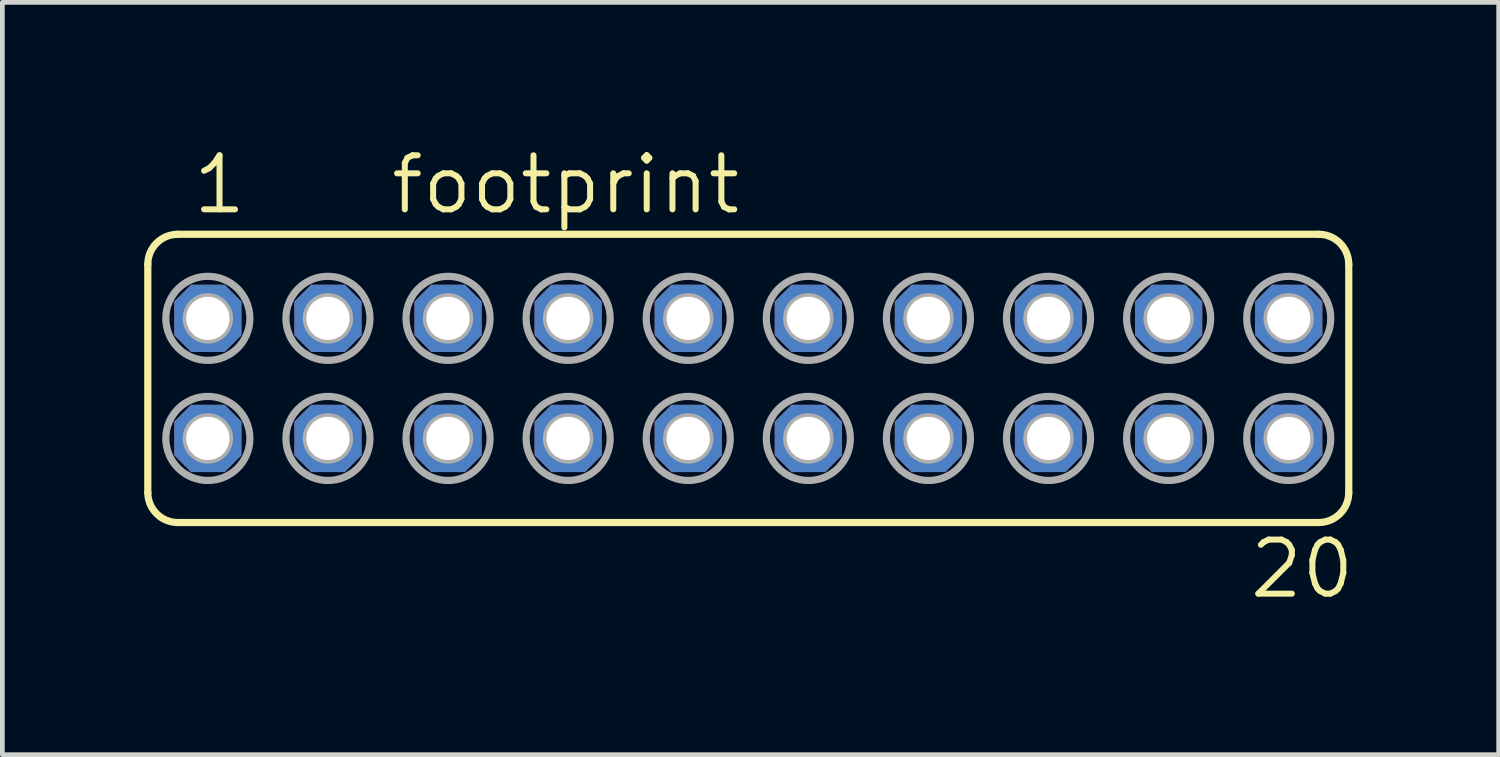
<source format=kicad_pcb>
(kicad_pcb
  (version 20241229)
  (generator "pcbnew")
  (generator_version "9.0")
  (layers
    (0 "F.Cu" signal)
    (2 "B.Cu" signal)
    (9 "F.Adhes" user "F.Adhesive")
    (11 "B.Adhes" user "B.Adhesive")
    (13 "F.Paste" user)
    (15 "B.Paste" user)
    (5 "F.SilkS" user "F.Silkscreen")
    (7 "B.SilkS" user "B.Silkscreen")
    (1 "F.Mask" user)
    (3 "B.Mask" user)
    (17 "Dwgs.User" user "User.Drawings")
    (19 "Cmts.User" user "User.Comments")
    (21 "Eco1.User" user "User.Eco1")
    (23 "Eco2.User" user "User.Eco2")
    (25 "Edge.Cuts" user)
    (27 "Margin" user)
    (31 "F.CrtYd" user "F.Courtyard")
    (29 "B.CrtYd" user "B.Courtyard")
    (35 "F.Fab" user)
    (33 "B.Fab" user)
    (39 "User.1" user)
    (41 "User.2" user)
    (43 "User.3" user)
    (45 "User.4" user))
  (footprint "footprint"
    (layer "F.Cu")
    (at 12.776 4.953)
    (property "Reference" "footprint" (at -7.62 -3.429 0) (layer "F.SilkS") (effects (font (size 1.143 1.143) (thickness 0.127)) (justify left bottom)))
    (fp_line (start -12.7 2.413) (end -12.7 -2.413) (stroke (width 0.152) (type solid)) (layer "F.SilkS"))
    (fp_line (start -12.065 -3.048) (end 12.065 -3.048) (stroke (width 0.152) (type solid)) (layer "F.SilkS"))
    (fp_line (start -12.065 3.048) (end 12.065 3.048) (stroke (width 0.152) (type solid)) (layer "F.SilkS"))
    (fp_line (start 12.7 2.413) (end 12.7 -2.413) (stroke (width 0.152) (type solid)) (layer "F.SilkS"))
    (fp_arc (start -12.7 -2.413) (mid -12.514013 -2.862013) (end -12.065 -3.048) (stroke (width 0.1524) (type solid)) (layer "F.SilkS"))
    (fp_arc (start -12.065 3.048) (mid -12.514013 2.862013) (end -12.7 2.413) (stroke (width 0.1524) (type solid)) (layer "F.SilkS"))
    (fp_arc (start 12.065 -3.048) (mid 12.514013 -2.862013) (end 12.7 -2.413) (stroke (width 0.1524) (type solid)) (layer "F.SilkS"))
    (fp_arc (start 12.7 2.413) (mid 12.514013 2.862013) (end 12.065 3.048) (stroke (width 0.1524) (type solid)) (layer "F.SilkS"))
    (fp_circle (center -11.43 -1.27) (end -11.303 -1.27) (stroke (width 0.406) (type solid)) (fill no) (layer "F.Fab"))
    (fp_circle (center -11.43 -1.27) (end -10.541 -1.27) (stroke (width 0.152) (type solid)) (fill no) (layer "F.Fab"))
    (fp_circle (center -11.43 1.27) (end -11.303 1.27) (stroke (width 0.406) (type solid)) (fill no) (layer "F.Fab"))
    (fp_circle (center -11.43 1.27) (end -10.541 1.27) (stroke (width 0.152) (type solid)) (fill no) (layer "F.Fab"))
    (fp_circle (center -8.89 -1.27) (end -8.763 -1.27) (stroke (width 0.406) (type solid)) (fill no) (layer "F.Fab"))
    (fp_circle (center -8.89 -1.27) (end -8.001 -1.27) (stroke (width 0.152) (type solid)) (fill no) (layer "F.Fab"))
    (fp_circle (center -8.89 1.27) (end -8.763 1.27) (stroke (width 0.406) (type solid)) (fill no) (layer "F.Fab"))
    (fp_circle (center -8.89 1.27) (end -8.001 1.27) (stroke (width 0.152) (type solid)) (fill no) (layer "F.Fab"))
    (fp_circle (center -6.35 -1.27) (end -6.223 -1.27) (stroke (width 0.406) (type solid)) (fill no) (layer "F.Fab"))
    (fp_circle (center -6.35 -1.27) (end -5.461 -1.27) (stroke (width 0.152) (type solid)) (fill no) (layer "F.Fab"))
    (fp_circle (center -6.35 1.27) (end -6.223 1.27) (stroke (width 0.406) (type solid)) (fill no) (layer "F.Fab"))
    (fp_circle (center -6.35 1.27) (end -5.461 1.27) (stroke (width 0.152) (type solid)) (fill no) (layer "F.Fab"))
    (fp_circle (center -3.81 -1.27) (end -3.683 -1.27) (stroke (width 0.406) (type solid)) (fill no) (layer "F.Fab"))
    (fp_circle (center -3.81 -1.27) (end -2.921 -1.27) (stroke (width 0.152) (type solid)) (fill no) (layer "F.Fab"))
    (fp_circle (center -3.81 1.27) (end -3.683 1.27) (stroke (width 0.406) (type solid)) (fill no) (layer "F.Fab"))
    (fp_circle (center -3.81 1.27) (end -2.921 1.27) (stroke (width 0.152) (type solid)) (fill no) (layer "F.Fab"))
    (fp_circle (center -1.27 -1.27) (end -1.143 -1.27) (stroke (width 0.406) (type solid)) (fill no) (layer "F.Fab"))
    (fp_circle (center -1.27 -1.27) (end -0.381 -1.27) (stroke (width 0.152) (type solid)) (fill no) (layer "F.Fab"))
    (fp_circle (center -1.27 1.27) (end -1.143 1.27) (stroke (width 0.406) (type solid)) (fill no) (layer "F.Fab"))
    (fp_circle (center -1.27 1.27) (end -0.381 1.27) (stroke (width 0.152) (type solid)) (fill no) (layer "F.Fab"))
    (fp_circle (center 1.27 -1.27) (end 1.397 -1.27) (stroke (width 0.406) (type solid)) (fill no) (layer "F.Fab"))
    (fp_circle (center 1.27 -1.27) (end 2.159 -1.27) (stroke (width 0.152) (type solid)) (fill no) (layer "F.Fab"))
    (fp_circle (center 1.27 1.27) (end 1.397 1.27) (stroke (width 0.406) (type solid)) (fill no) (layer "F.Fab"))
    (fp_circle (center 1.27 1.27) (end 2.159 1.27) (stroke (width 0.152) (type solid)) (fill no) (layer "F.Fab"))
    (fp_circle (center 3.81 -1.27) (end 3.937 -1.27) (stroke (width 0.406) (type solid)) (fill no) (layer "F.Fab"))
    (fp_circle (center 3.81 -1.27) (end 4.699 -1.27) (stroke (width 0.152) (type solid)) (fill no) (layer "F.Fab"))
    (fp_circle (center 3.81 1.27) (end 3.937 1.27) (stroke (width 0.406) (type solid)) (fill no) (layer "F.Fab"))
    (fp_circle (center 3.81 1.27) (end 4.699 1.27) (stroke (width 0.152) (type solid)) (fill no) (layer "F.Fab"))
    (fp_circle (center 6.35 -1.27) (end 6.477 -1.27) (stroke (width 0.406) (type solid)) (fill no) (layer "F.Fab"))
    (fp_circle (center 6.35 -1.27) (end 7.239 -1.27) (stroke (width 0.152) (type solid)) (fill no) (layer "F.Fab"))
    (fp_circle (center 6.35 1.27) (end 6.477 1.27) (stroke (width 0.406) (type solid)) (fill no) (layer "F.Fab"))
    (fp_circle (center 6.35 1.27) (end 7.239 1.27) (stroke (width 0.152) (type solid)) (fill no) (layer "F.Fab"))
    (fp_circle (center 8.89 -1.27) (end 9.017 -1.27) (stroke (width 0.406) (type solid)) (fill no) (layer "F.Fab"))
    (fp_circle (center 8.89 -1.27) (end 9.779 -1.27) (stroke (width 0.152) (type solid)) (fill no) (layer "F.Fab"))
    (fp_circle (center 8.89 1.27) (end 9.017 1.27) (stroke (width 0.406) (type solid)) (fill no) (layer "F.Fab"))
    (fp_circle (center 8.89 1.27) (end 9.779 1.27) (stroke (width 0.152) (type solid)) (fill no) (layer "F.Fab"))
    (fp_circle (center 11.43 -1.27) (end 11.557 -1.27) (stroke (width 0.406) (type solid)) (fill no) (layer "F.Fab"))
    (fp_circle (center 11.43 -1.27) (end 12.319 -1.27) (stroke (width 0.152) (type solid)) (fill no) (layer "F.Fab"))
    (fp_circle (center 11.43 1.27) (end 11.557 1.27) (stroke (width 0.406) (type solid)) (fill no) (layer "F.Fab"))
    (fp_circle (center 11.43 1.27) (end 12.319 1.27) (stroke (width 0.152) (type solid)) (fill no) (layer "F.Fab"))
    (fp_text user "1" (at -11.811 -3.429 0) (layer "F.SilkS") (effects (font (size 1.143 1.143) (thickness 0.127)) (justify left bottom)))
    (fp_text user "20" (at 10.541 4.699 0) (layer "F.SilkS") (effects (font (size 1.143 1.143) (thickness 0.127)) (justify left bottom)))
    (pad "1" thru_hole roundrect (at -11.43 -1.27) (size 1.422 1.422) (drill 0.914) (layers "*.Cu" "*.Mask") (roundrect_rratio 0.25) (chamfer_ratio 0.25) (chamfer top_left top_right bottom_left bottom_right))
    (pad "2" thru_hole roundrect (at -11.43 1.27) (size 1.422 1.422) (drill 0.914) (layers "*.Cu" "*.Mask") (roundrect_rratio 0.25) (chamfer_ratio 0.25) (chamfer top_left top_right bottom_left bottom_right))
    (pad "3" thru_hole roundrect (at -8.89 -1.27) (size 1.422 1.422) (drill 0.914) (layers "*.Cu" "*.Mask") (roundrect_rratio 0.25) (chamfer_ratio 0.25) (chamfer top_left top_right bottom_left bottom_right))
    (pad "4" thru_hole roundrect (at -8.89 1.27) (size 1.422 1.422) (drill 0.914) (layers "*.Cu" "*.Mask") (roundrect_rratio 0.25) (chamfer_ratio 0.25) (chamfer top_left top_right bottom_left bottom_right))
    (pad "5" thru_hole roundrect (at -6.35 -1.27) (size 1.422 1.422) (drill 0.914) (layers "*.Cu" "*.Mask") (roundrect_rratio 0.25) (chamfer_ratio 0.25) (chamfer top_left top_right bottom_left bottom_right))
    (pad "6" thru_hole roundrect (at -6.35 1.27) (size 1.422 1.422) (drill 0.914) (layers "*.Cu" "*.Mask") (roundrect_rratio 0.25) (chamfer_ratio 0.25) (chamfer top_left top_right bottom_left bottom_right))
    (pad "7" thru_hole roundrect (at -3.81 -1.27) (size 1.422 1.422) (drill 0.914) (layers "*.Cu" "*.Mask") (roundrect_rratio 0.25) (chamfer_ratio 0.25) (chamfer top_left top_right bottom_left bottom_right))
    (pad "8" thru_hole roundrect (at -3.81 1.27) (size 1.422 1.422) (drill 0.914) (layers "*.Cu" "*.Mask") (roundrect_rratio 0.25) (chamfer_ratio 0.25) (chamfer top_left top_right bottom_left bottom_right))
    (pad "9" thru_hole roundrect (at -1.27 -1.27) (size 1.422 1.422) (drill 0.914) (layers "*.Cu" "*.Mask") (roundrect_rratio 0.25) (chamfer_ratio 0.25) (chamfer top_left top_right bottom_left bottom_right))
    (pad "10" thru_hole roundrect (at -1.27 1.27) (size 1.422 1.422) (drill 0.914) (layers "*.Cu" "*.Mask") (roundrect_rratio 0.25) (chamfer_ratio 0.25) (chamfer top_left top_right bottom_left bottom_right))
    (pad "11" thru_hole roundrect (at 1.27 -1.27) (size 1.422 1.422) (drill 0.914) (layers "*.Cu" "*.Mask") (roundrect_rratio 0.25) (chamfer_ratio 0.25) (chamfer top_left top_right bottom_left bottom_right))
    (pad "12" thru_hole roundrect (at 1.27 1.27) (size 1.422 1.422) (drill 0.914) (layers "*.Cu" "*.Mask") (roundrect_rratio 0.25) (chamfer_ratio 0.25) (chamfer top_left top_right bottom_left bottom_right))
    (pad "13" thru_hole roundrect (at 3.81 -1.27) (size 1.422 1.422) (drill 0.914) (layers "*.Cu" "*.Mask") (roundrect_rratio 0.25) (chamfer_ratio 0.25) (chamfer top_left top_right bottom_left bottom_right))
    (pad "14" thru_hole roundrect (at 3.81 1.27) (size 1.422 1.422) (drill 0.914) (layers "*.Cu" "*.Mask") (roundrect_rratio 0.25) (chamfer_ratio 0.25) (chamfer top_left top_right bottom_left bottom_right))
    (pad "15" thru_hole roundrect (at 6.35 -1.27) (size 1.422 1.422) (drill 0.914) (layers "*.Cu" "*.Mask") (roundrect_rratio 0.25) (chamfer_ratio 0.25) (chamfer top_left top_right bottom_left bottom_right))
    (pad "16" thru_hole roundrect (at 6.35 1.27) (size 1.422 1.422) (drill 0.914) (layers "*.Cu" "*.Mask") (roundrect_rratio 0.25) (chamfer_ratio 0.25) (chamfer top_left top_right bottom_left bottom_right))
    (pad "17" thru_hole roundrect (at 8.89 -1.27) (size 1.422 1.422) (drill 0.914) (layers "*.Cu" "*.Mask") (roundrect_rratio 0.25) (chamfer_ratio 0.25) (chamfer top_left top_right bottom_left bottom_right))
    (pad "18" thru_hole roundrect (at 8.89 1.27) (size 1.422 1.422) (drill 0.914) (layers "*.Cu" "*.Mask") (roundrect_rratio 0.25) (chamfer_ratio 0.25) (chamfer top_left top_right bottom_left bottom_right))
    (pad "19" thru_hole roundrect (at 11.43 -1.27) (size 1.422 1.422) (drill 0.914) (layers "*.Cu" "*.Mask") (roundrect_rratio 0.25) (chamfer_ratio 0.25) (chamfer top_left top_right bottom_left bottom_right))
    (pad "20" thru_hole roundrect (at 11.43 1.27) (size 1.422 1.422) (drill 0.914) (layers "*.Cu" "*.Mask") (roundrect_rratio 0.25) (chamfer_ratio 0.25) (chamfer top_left top_right bottom_left bottom_right)))
  (gr_rect
    (start -3 -3)
    (end 28.647 12.911)
    (stroke (width 0.1) (type default))
    (fill no)
    (layer "Edge.Cuts")))
</source>
